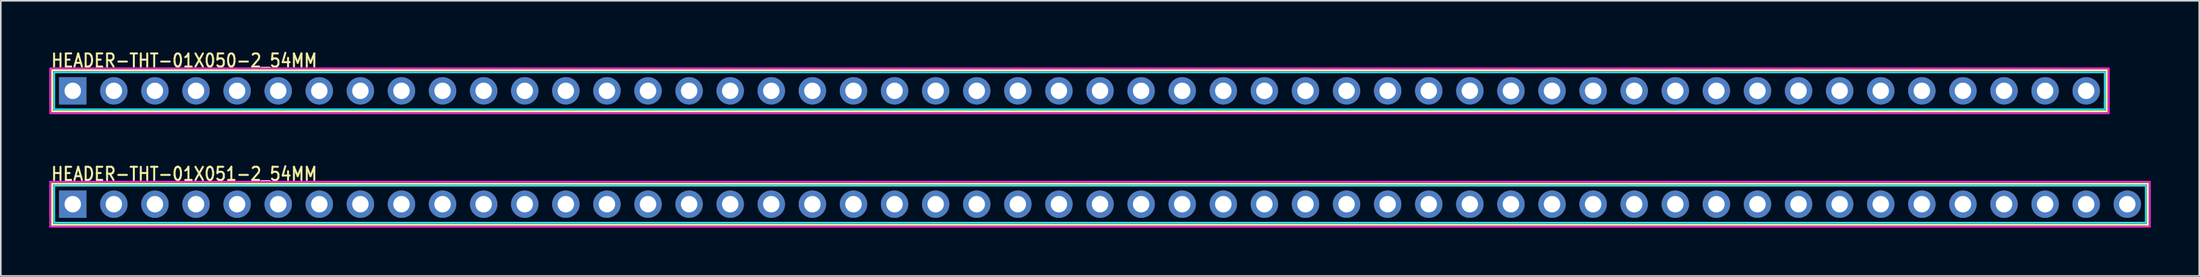
<source format=kicad_pcb>
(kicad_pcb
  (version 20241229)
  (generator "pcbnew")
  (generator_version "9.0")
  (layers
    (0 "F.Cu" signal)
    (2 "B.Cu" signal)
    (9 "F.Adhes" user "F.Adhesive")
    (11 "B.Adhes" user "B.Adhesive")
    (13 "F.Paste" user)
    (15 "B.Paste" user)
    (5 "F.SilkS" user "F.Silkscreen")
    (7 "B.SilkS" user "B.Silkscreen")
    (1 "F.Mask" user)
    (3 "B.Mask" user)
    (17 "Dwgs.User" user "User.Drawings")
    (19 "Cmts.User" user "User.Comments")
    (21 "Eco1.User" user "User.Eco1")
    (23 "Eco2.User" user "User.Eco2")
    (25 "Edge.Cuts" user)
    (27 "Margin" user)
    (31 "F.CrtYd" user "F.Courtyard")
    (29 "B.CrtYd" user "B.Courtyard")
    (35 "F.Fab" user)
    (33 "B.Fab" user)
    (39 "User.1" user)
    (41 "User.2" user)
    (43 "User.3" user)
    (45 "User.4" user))
  (footprint "HEADER-THT-01X051-2_54MM"
    (layer "F.Cu")
    (at 1.447 9.604)
    (property "Reference" "HEADER-THT-01X051-2_54MM" (at -1.4 -1.4 0) (unlocked yes) (layer "F.SilkS") (effects (font (size 0.813 0.695) (thickness 0.122)) (justify left bottom)))
    (fp_line (start -1.27 -1.27) (end -1.27 1.27) (stroke (width 0.127) (type solid)) (layer "F.SilkS"))
    (fp_line (start -1.27 1.27) (end 128.27 1.27) (stroke (width 0.127) (type solid)) (layer "F.SilkS"))
    (fp_line (start 128.27 -1.27) (end -1.27 -1.27) (stroke (width 0.127) (type solid)) (layer "F.SilkS"))
    (fp_line (start 128.27 1.27) (end 128.27 -1.27) (stroke (width 0.127) (type solid)) (layer "F.SilkS"))
    (fp_poly (pts (xy -1.143 -1.143) (xy 128.143 -1.143) (xy 128.143 1.143) (xy -1.143 1.143)) (stroke (width 0.1) (type solid)) (fill no) (layer "B.CrtYd"))
    (fp_poly (pts (xy -1.397 -1.397) (xy 128.397 -1.397) (xy 128.397 1.397) (xy -1.397 1.397)) (stroke (width 0.1) (type solid)) (fill no) (layer "F.CrtYd"))
    (pad "P$1" thru_hole rect (at 0 0) (size 1.693 1.693) (drill 1.016) (layers "*.Cu" "*.Mask"))
    (pad "P$2" thru_hole oval (at 2.54 0) (size 1.693 1.693) (drill 1.016) (layers "*.Cu" "*.Mask"))
    (pad "P$3" thru_hole oval (at 5.08 0) (size 1.693 1.693) (drill 1.016) (layers "*.Cu" "*.Mask"))
    (pad "P$4" thru_hole oval (at 7.62 0) (size 1.693 1.693) (drill 1.016) (layers "*.Cu" "*.Mask"))
    (pad "P$5" thru_hole oval (at 10.16 0) (size 1.693 1.693) (drill 1.016) (layers "*.Cu" "*.Mask"))
    (pad "P$6" thru_hole oval (at 12.7 0) (size 1.693 1.693) (drill 1.016) (layers "*.Cu" "*.Mask"))
    (pad "P$7" thru_hole oval (at 15.24 0) (size 1.693 1.693) (drill 1.016) (layers "*.Cu" "*.Mask"))
    (pad "P$8" thru_hole oval (at 17.78 0) (size 1.693 1.693) (drill 1.016) (layers "*.Cu" "*.Mask"))
    (pad "P$9" thru_hole oval (at 20.32 0) (size 1.693 1.693) (drill 1.016) (layers "*.Cu" "*.Mask"))
    (pad "P$10" thru_hole oval (at 22.86 0) (size 1.693 1.693) (drill 1.016) (layers "*.Cu" "*.Mask"))
    (pad "P$11" thru_hole oval (at 25.4 0) (size 1.693 1.693) (drill 1.016) (layers "*.Cu" "*.Mask"))
    (pad "P$12" thru_hole oval (at 27.94 0) (size 1.693 1.693) (drill 1.016) (layers "*.Cu" "*.Mask"))
    (pad "P$13" thru_hole oval (at 30.48 0) (size 1.693 1.693) (drill 1.016) (layers "*.Cu" "*.Mask"))
    (pad "P$14" thru_hole oval (at 33.02 0) (size 1.693 1.693) (drill 1.016) (layers "*.Cu" "*.Mask"))
    (pad "P$15" thru_hole oval (at 35.56 0) (size 1.693 1.693) (drill 1.016) (layers "*.Cu" "*.Mask"))
    (pad "P$16" thru_hole oval (at 38.1 0) (size 1.693 1.693) (drill 1.016) (layers "*.Cu" "*.Mask"))
    (pad "P$17" thru_hole oval (at 40.64 0) (size 1.693 1.693) (drill 1.016) (layers "*.Cu" "*.Mask"))
    (pad "P$18" thru_hole oval (at 43.18 0) (size 1.693 1.693) (drill 1.016) (layers "*.Cu" "*.Mask"))
    (pad "P$19" thru_hole oval (at 45.72 0) (size 1.693 1.693) (drill 1.016) (layers "*.Cu" "*.Mask"))
    (pad "P$20" thru_hole oval (at 48.26 0) (size 1.693 1.693) (drill 1.016) (layers "*.Cu" "*.Mask"))
    (pad "P$21" thru_hole oval (at 50.8 0) (size 1.693 1.693) (drill 1.016) (layers "*.Cu" "*.Mask"))
    (pad "P$22" thru_hole oval (at 53.34 0) (size 1.693 1.693) (drill 1.016) (layers "*.Cu" "*.Mask"))
    (pad "P$23" thru_hole oval (at 55.88 0) (size 1.693 1.693) (drill 1.016) (layers "*.Cu" "*.Mask"))
    (pad "P$24" thru_hole oval (at 58.42 0) (size 1.693 1.693) (drill 1.016) (layers "*.Cu" "*.Mask"))
    (pad "P$25" thru_hole oval (at 60.96 0) (size 1.693 1.693) (drill 1.016) (layers "*.Cu" "*.Mask"))
    (pad "P$26" thru_hole oval (at 63.5 0) (size 1.693 1.693) (drill 1.016) (layers "*.Cu" "*.Mask"))
    (pad "P$27" thru_hole oval (at 66.04 0) (size 1.693 1.693) (drill 1.016) (layers "*.Cu" "*.Mask"))
    (pad "P$28" thru_hole oval (at 68.58 0) (size 1.693 1.693) (drill 1.016) (layers "*.Cu" "*.Mask"))
    (pad "P$29" thru_hole oval (at 71.12 0) (size 1.693 1.693) (drill 1.016) (layers "*.Cu" "*.Mask"))
    (pad "P$30" thru_hole oval (at 73.66 0) (size 1.693 1.693) (drill 1.016) (layers "*.Cu" "*.Mask"))
    (pad "P$31" thru_hole oval (at 76.2 0) (size 1.693 1.693) (drill 1.016) (layers "*.Cu" "*.Mask"))
    (pad "P$32" thru_hole oval (at 78.74 0) (size 1.693 1.693) (drill 1.016) (layers "*.Cu" "*.Mask"))
    (pad "P$33" thru_hole oval (at 81.28 0) (size 1.693 1.693) (drill 1.016) (layers "*.Cu" "*.Mask"))
    (pad "P$34" thru_hole oval (at 83.82 0) (size 1.693 1.693) (drill 1.016) (layers "*.Cu" "*.Mask"))
    (pad "P$35" thru_hole oval (at 86.36 0) (size 1.693 1.693) (drill 1.016) (layers "*.Cu" "*.Mask"))
    (pad "P$36" thru_hole oval (at 88.9 0) (size 1.693 1.693) (drill 1.016) (layers "*.Cu" "*.Mask"))
    (pad "P$37" thru_hole oval (at 91.44 0) (size 1.693 1.693) (drill 1.016) (layers "*.Cu" "*.Mask"))
    (pad "P$38" thru_hole oval (at 93.98 0) (size 1.693 1.693) (drill 1.016) (layers "*.Cu" "*.Mask"))
    (pad "P$39" thru_hole oval (at 96.52 0) (size 1.693 1.693) (drill 1.016) (layers "*.Cu" "*.Mask"))
    (pad "P$40" thru_hole oval (at 99.06 0) (size 1.693 1.693) (drill 1.016) (layers "*.Cu" "*.Mask"))
    (pad "P$41" thru_hole oval (at 101.6 0) (size 1.693 1.693) (drill 1.016) (layers "*.Cu" "*.Mask"))
    (pad "P$42" thru_hole oval (at 104.14 0) (size 1.693 1.693) (drill 1.016) (layers "*.Cu" "*.Mask"))
    (pad "P$43" thru_hole oval (at 106.68 0) (size 1.693 1.693) (drill 1.016) (layers "*.Cu" "*.Mask"))
    (pad "P$44" thru_hole oval (at 109.22 0) (size 1.693 1.693) (drill 1.016) (layers "*.Cu" "*.Mask"))
    (pad "P$45" thru_hole oval (at 111.76 0) (size 1.693 1.693) (drill 1.016) (layers "*.Cu" "*.Mask"))
    (pad "P$46" thru_hole oval (at 114.3 0) (size 1.693 1.693) (drill 1.016) (layers "*.Cu" "*.Mask"))
    (pad "P$47" thru_hole oval (at 116.84 0) (size 1.693 1.693) (drill 1.016) (layers "*.Cu" "*.Mask"))
    (pad "P$48" thru_hole oval (at 119.38 0) (size 1.693 1.693) (drill 1.016) (layers "*.Cu" "*.Mask"))
    (pad "P$49" thru_hole oval (at 121.92 0) (size 1.693 1.693) (drill 1.016) (layers "*.Cu" "*.Mask"))
    (pad "P$50" thru_hole oval (at 124.46 0) (size 1.693 1.693) (drill 1.016) (layers "*.Cu" "*.Mask"))
    (pad "P$51" thru_hole oval (at 127 0) (size 1.693 1.693) (drill 1.016) (layers "*.Cu" "*.Mask")))
  (footprint "HEADER-THT-01X050-2_54MM"
    (layer "F.Cu")
    (at 1.447 2.579)
    (property "Reference" "HEADER-THT-01X050-2_54MM" (at -1.4 -1.4 0) (unlocked yes) (layer "F.SilkS") (effects (font (size 0.813 0.695) (thickness 0.122)) (justify left bottom)))
    (fp_line (start -1.27 -1.27) (end -1.27 1.27) (stroke (width 0.127) (type solid)) (layer "F.SilkS"))
    (fp_line (start -1.27 1.27) (end 125.73 1.27) (stroke (width 0.127) (type solid)) (layer "F.SilkS"))
    (fp_line (start 125.73 -1.27) (end -1.27 -1.27) (stroke (width 0.127) (type solid)) (layer "F.SilkS"))
    (fp_line (start 125.73 1.27) (end 125.73 -1.27) (stroke (width 0.127) (type solid)) (layer "F.SilkS"))
    (fp_poly (pts (xy -1.143 -1.143) (xy 125.603 -1.143) (xy 125.603 1.143) (xy -1.143 1.143)) (stroke (width 0.1) (type solid)) (fill no) (layer "B.CrtYd"))
    (fp_poly (pts (xy -1.397 -1.397) (xy 125.857 -1.397) (xy 125.857 1.397) (xy -1.397 1.397)) (stroke (width 0.1) (type solid)) (fill no) (layer "F.CrtYd"))
    (pad "P$1" thru_hole rect (at 0 0) (size 1.693 1.693) (drill 1.016) (layers "*.Cu" "*.Mask"))
    (pad "P$2" thru_hole oval (at 2.54 0) (size 1.693 1.693) (drill 1.016) (layers "*.Cu" "*.Mask"))
    (pad "P$3" thru_hole oval (at 5.08 0) (size 1.693 1.693) (drill 1.016) (layers "*.Cu" "*.Mask"))
    (pad "P$4" thru_hole oval (at 7.62 0) (size 1.693 1.693) (drill 1.016) (layers "*.Cu" "*.Mask"))
    (pad "P$5" thru_hole oval (at 10.16 0) (size 1.693 1.693) (drill 1.016) (layers "*.Cu" "*.Mask"))
    (pad "P$6" thru_hole oval (at 12.7 0) (size 1.693 1.693) (drill 1.016) (layers "*.Cu" "*.Mask"))
    (pad "P$7" thru_hole oval (at 15.24 0) (size 1.693 1.693) (drill 1.016) (layers "*.Cu" "*.Mask"))
    (pad "P$8" thru_hole oval (at 17.78 0) (size 1.693 1.693) (drill 1.016) (layers "*.Cu" "*.Mask"))
    (pad "P$9" thru_hole oval (at 20.32 0) (size 1.693 1.693) (drill 1.016) (layers "*.Cu" "*.Mask"))
    (pad "P$10" thru_hole oval (at 22.86 0) (size 1.693 1.693) (drill 1.016) (layers "*.Cu" "*.Mask"))
    (pad "P$11" thru_hole oval (at 25.4 0) (size 1.693 1.693) (drill 1.016) (layers "*.Cu" "*.Mask"))
    (pad "P$12" thru_hole oval (at 27.94 0) (size 1.693 1.693) (drill 1.016) (layers "*.Cu" "*.Mask"))
    (pad "P$13" thru_hole oval (at 30.48 0) (size 1.693 1.693) (drill 1.016) (layers "*.Cu" "*.Mask"))
    (pad "P$14" thru_hole oval (at 33.02 0) (size 1.693 1.693) (drill 1.016) (layers "*.Cu" "*.Mask"))
    (pad "P$15" thru_hole oval (at 35.56 0) (size 1.693 1.693) (drill 1.016) (layers "*.Cu" "*.Mask"))
    (pad "P$16" thru_hole oval (at 38.1 0) (size 1.693 1.693) (drill 1.016) (layers "*.Cu" "*.Mask"))
    (pad "P$17" thru_hole oval (at 40.64 0) (size 1.693 1.693) (drill 1.016) (layers "*.Cu" "*.Mask"))
    (pad "P$18" thru_hole oval (at 43.18 0) (size 1.693 1.693) (drill 1.016) (layers "*.Cu" "*.Mask"))
    (pad "P$19" thru_hole oval (at 45.72 0) (size 1.693 1.693) (drill 1.016) (layers "*.Cu" "*.Mask"))
    (pad "P$20" thru_hole oval (at 48.26 0) (size 1.693 1.693) (drill 1.016) (layers "*.Cu" "*.Mask"))
    (pad "P$21" thru_hole oval (at 50.8 0) (size 1.693 1.693) (drill 1.016) (layers "*.Cu" "*.Mask"))
    (pad "P$22" thru_hole oval (at 53.34 0) (size 1.693 1.693) (drill 1.016) (layers "*.Cu" "*.Mask"))
    (pad "P$23" thru_hole oval (at 55.88 0) (size 1.693 1.693) (drill 1.016) (layers "*.Cu" "*.Mask"))
    (pad "P$24" thru_hole oval (at 58.42 0) (size 1.693 1.693) (drill 1.016) (layers "*.Cu" "*.Mask"))
    (pad "P$25" thru_hole oval (at 60.96 0) (size 1.693 1.693) (drill 1.016) (layers "*.Cu" "*.Mask"))
    (pad "P$26" thru_hole oval (at 63.5 0) (size 1.693 1.693) (drill 1.016) (layers "*.Cu" "*.Mask"))
    (pad "P$27" thru_hole oval (at 66.04 0) (size 1.693 1.693) (drill 1.016) (layers "*.Cu" "*.Mask"))
    (pad "P$28" thru_hole oval (at 68.58 0) (size 1.693 1.693) (drill 1.016) (layers "*.Cu" "*.Mask"))
    (pad "P$29" thru_hole oval (at 71.12 0) (size 1.693 1.693) (drill 1.016) (layers "*.Cu" "*.Mask"))
    (pad "P$30" thru_hole oval (at 73.66 0) (size 1.693 1.693) (drill 1.016) (layers "*.Cu" "*.Mask"))
    (pad "P$31" thru_hole oval (at 76.2 0) (size 1.693 1.693) (drill 1.016) (layers "*.Cu" "*.Mask"))
    (pad "P$32" thru_hole oval (at 78.74 0) (size 1.693 1.693) (drill 1.016) (layers "*.Cu" "*.Mask"))
    (pad "P$33" thru_hole oval (at 81.28 0) (size 1.693 1.693) (drill 1.016) (layers "*.Cu" "*.Mask"))
    (pad "P$34" thru_hole oval (at 83.82 0) (size 1.693 1.693) (drill 1.016) (layers "*.Cu" "*.Mask"))
    (pad "P$35" thru_hole oval (at 86.36 0) (size 1.693 1.693) (drill 1.016) (layers "*.Cu" "*.Mask"))
    (pad "P$36" thru_hole oval (at 88.9 0) (size 1.693 1.693) (drill 1.016) (layers "*.Cu" "*.Mask"))
    (pad "P$37" thru_hole oval (at 91.44 0) (size 1.693 1.693) (drill 1.016) (layers "*.Cu" "*.Mask"))
    (pad "P$38" thru_hole oval (at 93.98 0) (size 1.693 1.693) (drill 1.016) (layers "*.Cu" "*.Mask"))
    (pad "P$39" thru_hole oval (at 96.52 0) (size 1.693 1.693) (drill 1.016) (layers "*.Cu" "*.Mask"))
    (pad "P$40" thru_hole oval (at 99.06 0) (size 1.693 1.693) (drill 1.016) (layers "*.Cu" "*.Mask"))
    (pad "P$41" thru_hole oval (at 101.6 0) (size 1.693 1.693) (drill 1.016) (layers "*.Cu" "*.Mask"))
    (pad "P$42" thru_hole oval (at 104.14 0) (size 1.693 1.693) (drill 1.016) (layers "*.Cu" "*.Mask"))
    (pad "P$43" thru_hole oval (at 106.68 0) (size 1.693 1.693) (drill 1.016) (layers "*.Cu" "*.Mask"))
    (pad "P$44" thru_hole oval (at 109.22 0) (size 1.693 1.693) (drill 1.016) (layers "*.Cu" "*.Mask"))
    (pad "P$45" thru_hole oval (at 111.76 0) (size 1.693 1.693) (drill 1.016) (layers "*.Cu" "*.Mask"))
    (pad "P$46" thru_hole oval (at 114.3 0) (size 1.693 1.693) (drill 1.016) (layers "*.Cu" "*.Mask"))
    (pad "P$47" thru_hole oval (at 116.84 0) (size 1.693 1.693) (drill 1.016) (layers "*.Cu" "*.Mask"))
    (pad "P$48" thru_hole oval (at 119.38 0) (size 1.693 1.693) (drill 1.016) (layers "*.Cu" "*.Mask"))
    (pad "P$49" thru_hole oval (at 121.92 0) (size 1.693 1.693) (drill 1.016) (layers "*.Cu" "*.Mask"))
    (pad "P$50" thru_hole oval (at 124.46 0) (size 1.693 1.693) (drill 1.016) (layers "*.Cu" "*.Mask")))
  (gr_rect
    (start -3 -3)
    (end 132.894 14.051)
    (stroke (width 0.1) (type default))
    (fill no)
    (layer "Edge.Cuts")))
</source>
